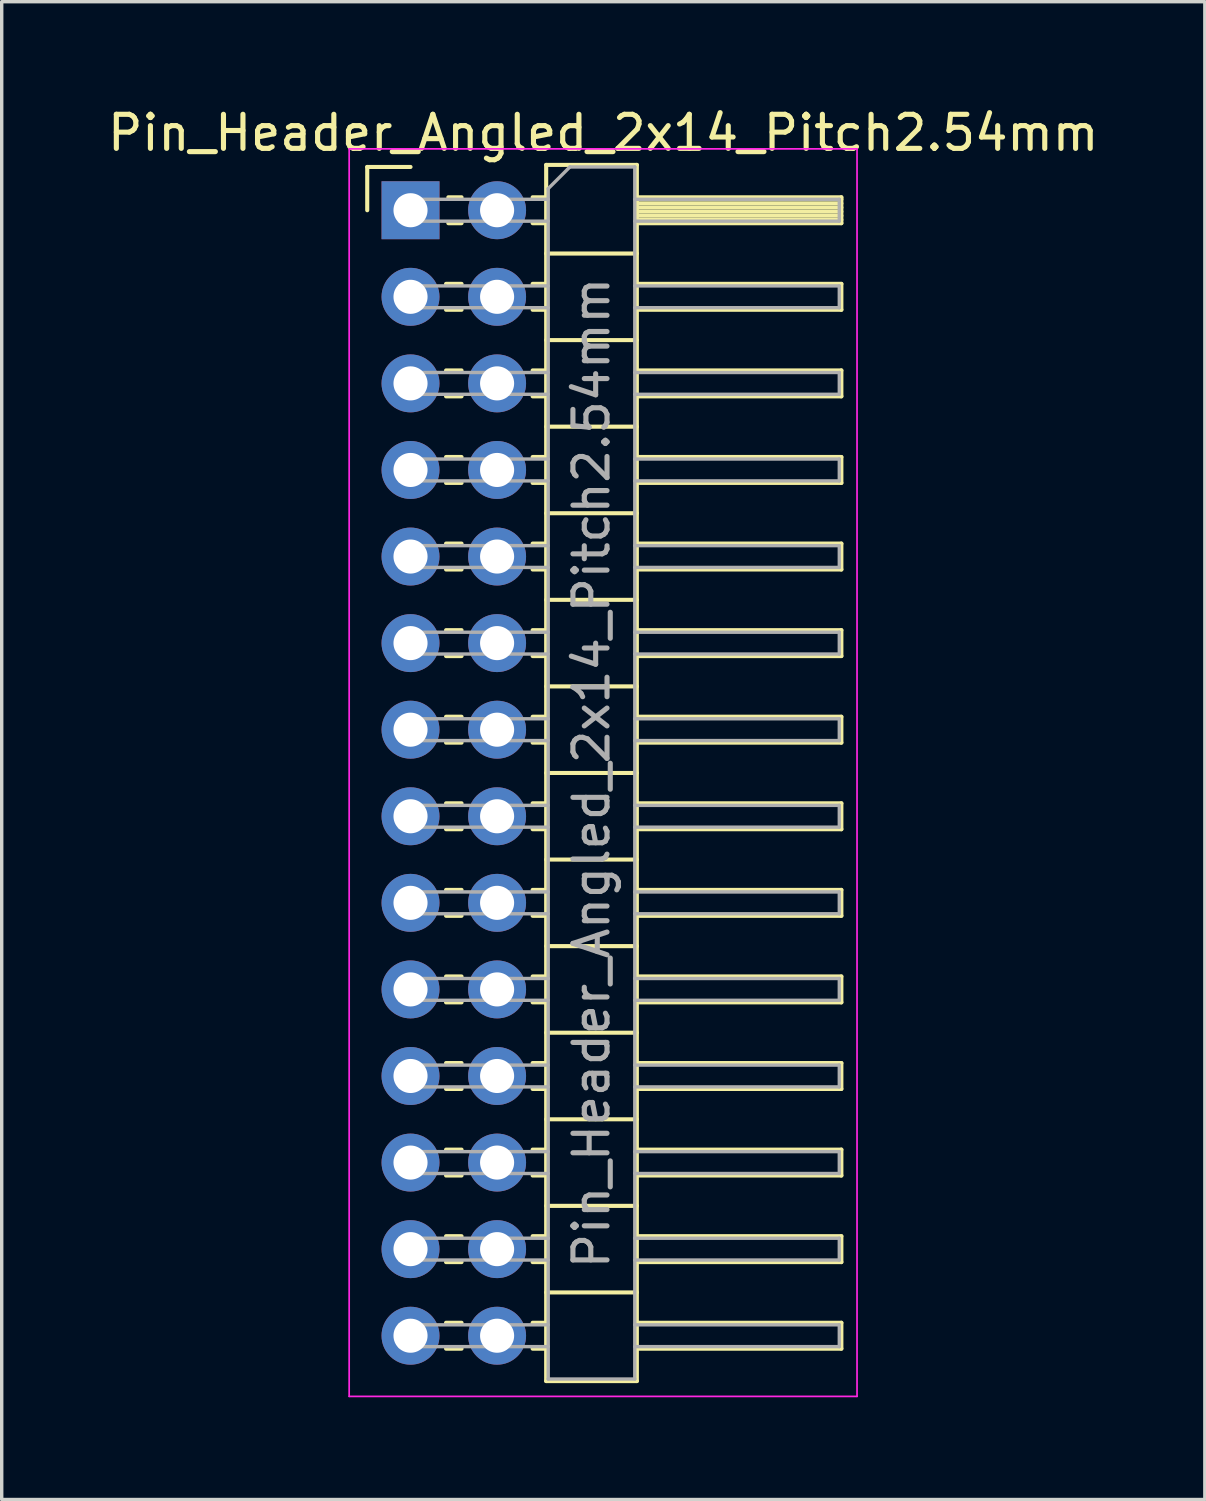
<source format=kicad_pcb>
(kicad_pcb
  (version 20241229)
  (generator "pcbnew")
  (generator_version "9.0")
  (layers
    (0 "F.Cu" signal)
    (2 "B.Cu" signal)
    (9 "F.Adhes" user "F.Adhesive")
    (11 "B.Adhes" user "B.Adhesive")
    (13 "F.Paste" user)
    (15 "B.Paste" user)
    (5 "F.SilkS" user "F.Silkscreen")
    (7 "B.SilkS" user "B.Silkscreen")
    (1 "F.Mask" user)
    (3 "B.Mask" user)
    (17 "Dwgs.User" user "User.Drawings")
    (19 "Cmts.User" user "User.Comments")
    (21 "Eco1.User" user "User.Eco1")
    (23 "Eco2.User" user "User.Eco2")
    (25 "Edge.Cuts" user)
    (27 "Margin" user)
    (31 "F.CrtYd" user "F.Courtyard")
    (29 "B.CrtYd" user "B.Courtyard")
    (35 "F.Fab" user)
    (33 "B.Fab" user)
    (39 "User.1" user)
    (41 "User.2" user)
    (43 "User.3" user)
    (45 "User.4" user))
  (footprint "Pin_Header_Angled_2x14_Pitch2.54mm"
    (layer "F.Cu")
    (at 8.994 3.118)
    (property "Reference" "Pin_Header_Angled_2x14_Pitch2.54mm" (at 5.655 -2.27 0) (layer "F.SilkS") (effects (font (size 1 1) (thickness 0.15))))
    (attr through_hole)
    (fp_line (start -1.27 -1.27) (end 0 -1.27) (stroke (width 0.12) (type solid)) (layer "F.SilkS"))
    (fp_line (start -1.27 0) (end -1.27 -1.27) (stroke (width 0.12) (type solid)) (layer "F.SilkS"))
    (fp_line (start 1.043 2.16) (end 1.497 2.16) (stroke (width 0.12) (type solid)) (layer "F.SilkS"))
    (fp_line (start 1.043 2.92) (end 1.497 2.92) (stroke (width 0.12) (type solid)) (layer "F.SilkS"))
    (fp_line (start 1.043 4.7) (end 1.497 4.7) (stroke (width 0.12) (type solid)) (layer "F.SilkS"))
    (fp_line (start 1.043 5.46) (end 1.497 5.46) (stroke (width 0.12) (type solid)) (layer "F.SilkS"))
    (fp_line (start 1.043 7.24) (end 1.497 7.24) (stroke (width 0.12) (type solid)) (layer "F.SilkS"))
    (fp_line (start 1.043 8) (end 1.497 8) (stroke (width 0.12) (type solid)) (layer "F.SilkS"))
    (fp_line (start 1.043 9.78) (end 1.497 9.78) (stroke (width 0.12) (type solid)) (layer "F.SilkS"))
    (fp_line (start 1.043 10.54) (end 1.497 10.54) (stroke (width 0.12) (type solid)) (layer "F.SilkS"))
    (fp_line (start 1.043 12.32) (end 1.497 12.32) (stroke (width 0.12) (type solid)) (layer "F.SilkS"))
    (fp_line (start 1.043 13.08) (end 1.497 13.08) (stroke (width 0.12) (type solid)) (layer "F.SilkS"))
    (fp_line (start 1.043 14.86) (end 1.497 14.86) (stroke (width 0.12) (type solid)) (layer "F.SilkS"))
    (fp_line (start 1.043 15.62) (end 1.497 15.62) (stroke (width 0.12) (type solid)) (layer "F.SilkS"))
    (fp_line (start 1.043 17.4) (end 1.497 17.4) (stroke (width 0.12) (type solid)) (layer "F.SilkS"))
    (fp_line (start 1.043 18.16) (end 1.497 18.16) (stroke (width 0.12) (type solid)) (layer "F.SilkS"))
    (fp_line (start 1.043 19.94) (end 1.497 19.94) (stroke (width 0.12) (type solid)) (layer "F.SilkS"))
    (fp_line (start 1.043 20.7) (end 1.497 20.7) (stroke (width 0.12) (type solid)) (layer "F.SilkS"))
    (fp_line (start 1.043 22.48) (end 1.497 22.48) (stroke (width 0.12) (type solid)) (layer "F.SilkS"))
    (fp_line (start 1.043 23.24) (end 1.497 23.24) (stroke (width 0.12) (type solid)) (layer "F.SilkS"))
    (fp_line (start 1.043 25.02) (end 1.497 25.02) (stroke (width 0.12) (type solid)) (layer "F.SilkS"))
    (fp_line (start 1.043 25.78) (end 1.497 25.78) (stroke (width 0.12) (type solid)) (layer "F.SilkS"))
    (fp_line (start 1.043 27.56) (end 1.497 27.56) (stroke (width 0.12) (type solid)) (layer "F.SilkS"))
    (fp_line (start 1.043 28.32) (end 1.497 28.32) (stroke (width 0.12) (type solid)) (layer "F.SilkS"))
    (fp_line (start 1.043 30.1) (end 1.497 30.1) (stroke (width 0.12) (type solid)) (layer "F.SilkS"))
    (fp_line (start 1.043 30.86) (end 1.497 30.86) (stroke (width 0.12) (type solid)) (layer "F.SilkS"))
    (fp_line (start 1.043 32.64) (end 1.497 32.64) (stroke (width 0.12) (type solid)) (layer "F.SilkS"))
    (fp_line (start 1.043 33.4) (end 1.497 33.4) (stroke (width 0.12) (type solid)) (layer "F.SilkS"))
    (fp_line (start 1.11 -0.38) (end 1.497 -0.38) (stroke (width 0.12) (type solid)) (layer "F.SilkS"))
    (fp_line (start 1.11 0.38) (end 1.497 0.38) (stroke (width 0.12) (type solid)) (layer "F.SilkS"))
    (fp_line (start 3.583 -0.38) (end 3.98 -0.38) (stroke (width 0.12) (type solid)) (layer "F.SilkS"))
    (fp_line (start 3.583 0.38) (end 3.98 0.38) (stroke (width 0.12) (type solid)) (layer "F.SilkS"))
    (fp_line (start 3.583 2.16) (end 3.98 2.16) (stroke (width 0.12) (type solid)) (layer "F.SilkS"))
    (fp_line (start 3.583 2.92) (end 3.98 2.92) (stroke (width 0.12) (type solid)) (layer "F.SilkS"))
    (fp_line (start 3.583 4.7) (end 3.98 4.7) (stroke (width 0.12) (type solid)) (layer "F.SilkS"))
    (fp_line (start 3.583 5.46) (end 3.98 5.46) (stroke (width 0.12) (type solid)) (layer "F.SilkS"))
    (fp_line (start 3.583 7.24) (end 3.98 7.24) (stroke (width 0.12) (type solid)) (layer "F.SilkS"))
    (fp_line (start 3.583 8) (end 3.98 8) (stroke (width 0.12) (type solid)) (layer "F.SilkS"))
    (fp_line (start 3.583 9.78) (end 3.98 9.78) (stroke (width 0.12) (type solid)) (layer "F.SilkS"))
    (fp_line (start 3.583 10.54) (end 3.98 10.54) (stroke (width 0.12) (type solid)) (layer "F.SilkS"))
    (fp_line (start 3.583 12.32) (end 3.98 12.32) (stroke (width 0.12) (type solid)) (layer "F.SilkS"))
    (fp_line (start 3.583 13.08) (end 3.98 13.08) (stroke (width 0.12) (type solid)) (layer "F.SilkS"))
    (fp_line (start 3.583 14.86) (end 3.98 14.86) (stroke (width 0.12) (type solid)) (layer "F.SilkS"))
    (fp_line (start 3.583 15.62) (end 3.98 15.62) (stroke (width 0.12) (type solid)) (layer "F.SilkS"))
    (fp_line (start 3.583 17.4) (end 3.98 17.4) (stroke (width 0.12) (type solid)) (layer "F.SilkS"))
    (fp_line (start 3.583 18.16) (end 3.98 18.16) (stroke (width 0.12) (type solid)) (layer "F.SilkS"))
    (fp_line (start 3.583 19.94) (end 3.98 19.94) (stroke (width 0.12) (type solid)) (layer "F.SilkS"))
    (fp_line (start 3.583 20.7) (end 3.98 20.7) (stroke (width 0.12) (type solid)) (layer "F.SilkS"))
    (fp_line (start 3.583 22.48) (end 3.98 22.48) (stroke (width 0.12) (type solid)) (layer "F.SilkS"))
    (fp_line (start 3.583 23.24) (end 3.98 23.24) (stroke (width 0.12) (type solid)) (layer "F.SilkS"))
    (fp_line (start 3.583 25.02) (end 3.98 25.02) (stroke (width 0.12) (type solid)) (layer "F.SilkS"))
    (fp_line (start 3.583 25.78) (end 3.98 25.78) (stroke (width 0.12) (type solid)) (layer "F.SilkS"))
    (fp_line (start 3.583 27.56) (end 3.98 27.56) (stroke (width 0.12) (type solid)) (layer "F.SilkS"))
    (fp_line (start 3.583 28.32) (end 3.98 28.32) (stroke (width 0.12) (type solid)) (layer "F.SilkS"))
    (fp_line (start 3.583 30.1) (end 3.98 30.1) (stroke (width 0.12) (type solid)) (layer "F.SilkS"))
    (fp_line (start 3.583 30.86) (end 3.98 30.86) (stroke (width 0.12) (type solid)) (layer "F.SilkS"))
    (fp_line (start 3.583 32.64) (end 3.98 32.64) (stroke (width 0.12) (type solid)) (layer "F.SilkS"))
    (fp_line (start 3.583 33.4) (end 3.98 33.4) (stroke (width 0.12) (type solid)) (layer "F.SilkS"))
    (fp_line (start 3.98 -1.33) (end 3.98 34.35) (stroke (width 0.12) (type solid)) (layer "F.SilkS"))
    (fp_line (start 3.98 1.27) (end 6.64 1.27) (stroke (width 0.12) (type solid)) (layer "F.SilkS"))
    (fp_line (start 3.98 3.81) (end 6.64 3.81) (stroke (width 0.12) (type solid)) (layer "F.SilkS"))
    (fp_line (start 3.98 6.35) (end 6.64 6.35) (stroke (width 0.12) (type solid)) (layer "F.SilkS"))
    (fp_line (start 3.98 8.89) (end 6.64 8.89) (stroke (width 0.12) (type solid)) (layer "F.SilkS"))
    (fp_line (start 3.98 11.43) (end 6.64 11.43) (stroke (width 0.12) (type solid)) (layer "F.SilkS"))
    (fp_line (start 3.98 13.97) (end 6.64 13.97) (stroke (width 0.12) (type solid)) (layer "F.SilkS"))
    (fp_line (start 3.98 16.51) (end 6.64 16.51) (stroke (width 0.12) (type solid)) (layer "F.SilkS"))
    (fp_line (start 3.98 19.05) (end 6.64 19.05) (stroke (width 0.12) (type solid)) (layer "F.SilkS"))
    (fp_line (start 3.98 21.59) (end 6.64 21.59) (stroke (width 0.12) (type solid)) (layer "F.SilkS"))
    (fp_line (start 3.98 24.13) (end 6.64 24.13) (stroke (width 0.12) (type solid)) (layer "F.SilkS"))
    (fp_line (start 3.98 26.67) (end 6.64 26.67) (stroke (width 0.12) (type solid)) (layer "F.SilkS"))
    (fp_line (start 3.98 29.21) (end 6.64 29.21) (stroke (width 0.12) (type solid)) (layer "F.SilkS"))
    (fp_line (start 3.98 31.75) (end 6.64 31.75) (stroke (width 0.12) (type solid)) (layer "F.SilkS"))
    (fp_line (start 3.98 34.35) (end 6.64 34.35) (stroke (width 0.12) (type solid)) (layer "F.SilkS"))
    (fp_line (start 6.64 -1.33) (end 3.98 -1.33) (stroke (width 0.12) (type solid)) (layer "F.SilkS"))
    (fp_line (start 6.64 -0.38) (end 12.64 -0.38) (stroke (width 0.12) (type solid)) (layer "F.SilkS"))
    (fp_line (start 6.64 -0.32) (end 12.64 -0.32) (stroke (width 0.12) (type solid)) (layer "F.SilkS"))
    (fp_line (start 6.64 -0.2) (end 12.64 -0.2) (stroke (width 0.12) (type solid)) (layer "F.SilkS"))
    (fp_line (start 6.64 -0.08) (end 12.64 -0.08) (stroke (width 0.12) (type solid)) (layer "F.SilkS"))
    (fp_line (start 6.64 0.04) (end 12.64 0.04) (stroke (width 0.12) (type solid)) (layer "F.SilkS"))
    (fp_line (start 6.64 0.16) (end 12.64 0.16) (stroke (width 0.12) (type solid)) (layer "F.SilkS"))
    (fp_line (start 6.64 0.28) (end 12.64 0.28) (stroke (width 0.12) (type solid)) (layer "F.SilkS"))
    (fp_line (start 6.64 2.16) (end 12.64 2.16) (stroke (width 0.12) (type solid)) (layer "F.SilkS"))
    (fp_line (start 6.64 4.7) (end 12.64 4.7) (stroke (width 0.12) (type solid)) (layer "F.SilkS"))
    (fp_line (start 6.64 7.24) (end 12.64 7.24) (stroke (width 0.12) (type solid)) (layer "F.SilkS"))
    (fp_line (start 6.64 9.78) (end 12.64 9.78) (stroke (width 0.12) (type solid)) (layer "F.SilkS"))
    (fp_line (start 6.64 12.32) (end 12.64 12.32) (stroke (width 0.12) (type solid)) (layer "F.SilkS"))
    (fp_line (start 6.64 14.86) (end 12.64 14.86) (stroke (width 0.12) (type solid)) (layer "F.SilkS"))
    (fp_line (start 6.64 17.4) (end 12.64 17.4) (stroke (width 0.12) (type solid)) (layer "F.SilkS"))
    (fp_line (start 6.64 19.94) (end 12.64 19.94) (stroke (width 0.12) (type solid)) (layer "F.SilkS"))
    (fp_line (start 6.64 22.48) (end 12.64 22.48) (stroke (width 0.12) (type solid)) (layer "F.SilkS"))
    (fp_line (start 6.64 25.02) (end 12.64 25.02) (stroke (width 0.12) (type solid)) (layer "F.SilkS"))
    (fp_line (start 6.64 27.56) (end 12.64 27.56) (stroke (width 0.12) (type solid)) (layer "F.SilkS"))
    (fp_line (start 6.64 30.1) (end 12.64 30.1) (stroke (width 0.12) (type solid)) (layer "F.SilkS"))
    (fp_line (start 6.64 32.64) (end 12.64 32.64) (stroke (width 0.12) (type solid)) (layer "F.SilkS"))
    (fp_line (start 6.64 34.35) (end 6.64 -1.33) (stroke (width 0.12) (type solid)) (layer "F.SilkS"))
    (fp_line (start 12.64 -0.38) (end 12.64 0.38) (stroke (width 0.12) (type solid)) (layer "F.SilkS"))
    (fp_line (start 12.64 0.38) (end 6.64 0.38) (stroke (width 0.12) (type solid)) (layer "F.SilkS"))
    (fp_line (start 12.64 2.16) (end 12.64 2.92) (stroke (width 0.12) (type solid)) (layer "F.SilkS"))
    (fp_line (start 12.64 2.92) (end 6.64 2.92) (stroke (width 0.12) (type solid)) (layer "F.SilkS"))
    (fp_line (start 12.64 4.7) (end 12.64 5.46) (stroke (width 0.12) (type solid)) (layer "F.SilkS"))
    (fp_line (start 12.64 5.46) (end 6.64 5.46) (stroke (width 0.12) (type solid)) (layer "F.SilkS"))
    (fp_line (start 12.64 7.24) (end 12.64 8) (stroke (width 0.12) (type solid)) (layer "F.SilkS"))
    (fp_line (start 12.64 8) (end 6.64 8) (stroke (width 0.12) (type solid)) (layer "F.SilkS"))
    (fp_line (start 12.64 9.78) (end 12.64 10.54) (stroke (width 0.12) (type solid)) (layer "F.SilkS"))
    (fp_line (start 12.64 10.54) (end 6.64 10.54) (stroke (width 0.12) (type solid)) (layer "F.SilkS"))
    (fp_line (start 12.64 12.32) (end 12.64 13.08) (stroke (width 0.12) (type solid)) (layer "F.SilkS"))
    (fp_line (start 12.64 13.08) (end 6.64 13.08) (stroke (width 0.12) (type solid)) (layer "F.SilkS"))
    (fp_line (start 12.64 14.86) (end 12.64 15.62) (stroke (width 0.12) (type solid)) (layer "F.SilkS"))
    (fp_line (start 12.64 15.62) (end 6.64 15.62) (stroke (width 0.12) (type solid)) (layer "F.SilkS"))
    (fp_line (start 12.64 17.4) (end 12.64 18.16) (stroke (width 0.12) (type solid)) (layer "F.SilkS"))
    (fp_line (start 12.64 18.16) (end 6.64 18.16) (stroke (width 0.12) (type solid)) (layer "F.SilkS"))
    (fp_line (start 12.64 19.94) (end 12.64 20.7) (stroke (width 0.12) (type solid)) (layer "F.SilkS"))
    (fp_line (start 12.64 20.7) (end 6.64 20.7) (stroke (width 0.12) (type solid)) (layer "F.SilkS"))
    (fp_line (start 12.64 22.48) (end 12.64 23.24) (stroke (width 0.12) (type solid)) (layer "F.SilkS"))
    (fp_line (start 12.64 23.24) (end 6.64 23.24) (stroke (width 0.12) (type solid)) (layer "F.SilkS"))
    (fp_line (start 12.64 25.02) (end 12.64 25.78) (stroke (width 0.12) (type solid)) (layer "F.SilkS"))
    (fp_line (start 12.64 25.78) (end 6.64 25.78) (stroke (width 0.12) (type solid)) (layer "F.SilkS"))
    (fp_line (start 12.64 27.56) (end 12.64 28.32) (stroke (width 0.12) (type solid)) (layer "F.SilkS"))
    (fp_line (start 12.64 28.32) (end 6.64 28.32) (stroke (width 0.12) (type solid)) (layer "F.SilkS"))
    (fp_line (start 12.64 30.1) (end 12.64 30.86) (stroke (width 0.12) (type solid)) (layer "F.SilkS"))
    (fp_line (start 12.64 30.86) (end 6.64 30.86) (stroke (width 0.12) (type solid)) (layer "F.SilkS"))
    (fp_line (start 12.64 32.64) (end 12.64 33.4) (stroke (width 0.12) (type solid)) (layer "F.SilkS"))
    (fp_line (start 12.64 33.4) (end 6.64 33.4) (stroke (width 0.12) (type solid)) (layer "F.SilkS"))
    (fp_line (start -1.8 -1.8) (end -1.8 34.8) (stroke (width 0.05) (type solid)) (layer "F.CrtYd"))
    (fp_line (start -1.8 34.8) (end 13.1 34.8) (stroke (width 0.05) (type solid)) (layer "F.CrtYd"))
    (fp_line (start 13.1 -1.8) (end -1.8 -1.8) (stroke (width 0.05) (type solid)) (layer "F.CrtYd"))
    (fp_line (start 13.1 34.8) (end 13.1 -1.8) (stroke (width 0.05) (type solid)) (layer "F.CrtYd"))
    (fp_line (start -0.32 -0.32) (end -0.32 0.32) (stroke (width 0.1) (type solid)) (layer "F.Fab"))
    (fp_line (start -0.32 -0.32) (end 4.04 -0.32) (stroke (width 0.1) (type solid)) (layer "F.Fab"))
    (fp_line (start -0.32 0.32) (end 4.04 0.32) (stroke (width 0.1) (type solid)) (layer "F.Fab"))
    (fp_line (start -0.32 2.22) (end -0.32 2.86) (stroke (width 0.1) (type solid)) (layer "F.Fab"))
    (fp_line (start -0.32 2.22) (end 4.04 2.22) (stroke (width 0.1) (type solid)) (layer "F.Fab"))
    (fp_line (start -0.32 2.86) (end 4.04 2.86) (stroke (width 0.1) (type solid)) (layer "F.Fab"))
    (fp_line (start -0.32 4.76) (end -0.32 5.4) (stroke (width 0.1) (type solid)) (layer "F.Fab"))
    (fp_line (start -0.32 4.76) (end 4.04 4.76) (stroke (width 0.1) (type solid)) (layer "F.Fab"))
    (fp_line (start -0.32 5.4) (end 4.04 5.4) (stroke (width 0.1) (type solid)) (layer "F.Fab"))
    (fp_line (start -0.32 7.3) (end -0.32 7.94) (stroke (width 0.1) (type solid)) (layer "F.Fab"))
    (fp_line (start -0.32 7.3) (end 4.04 7.3) (stroke (width 0.1) (type solid)) (layer "F.Fab"))
    (fp_line (start -0.32 7.94) (end 4.04 7.94) (stroke (width 0.1) (type solid)) (layer "F.Fab"))
    (fp_line (start -0.32 9.84) (end -0.32 10.48) (stroke (width 0.1) (type solid)) (layer "F.Fab"))
    (fp_line (start -0.32 9.84) (end 4.04 9.84) (stroke (width 0.1) (type solid)) (layer "F.Fab"))
    (fp_line (start -0.32 10.48) (end 4.04 10.48) (stroke (width 0.1) (type solid)) (layer "F.Fab"))
    (fp_line (start -0.32 12.38) (end -0.32 13.02) (stroke (width 0.1) (type solid)) (layer "F.Fab"))
    (fp_line (start -0.32 12.38) (end 4.04 12.38) (stroke (width 0.1) (type solid)) (layer "F.Fab"))
    (fp_line (start -0.32 13.02) (end 4.04 13.02) (stroke (width 0.1) (type solid)) (layer "F.Fab"))
    (fp_line (start -0.32 14.92) (end -0.32 15.56) (stroke (width 0.1) (type solid)) (layer "F.Fab"))
    (fp_line (start -0.32 14.92) (end 4.04 14.92) (stroke (width 0.1) (type solid)) (layer "F.Fab"))
    (fp_line (start -0.32 15.56) (end 4.04 15.56) (stroke (width 0.1) (type solid)) (layer "F.Fab"))
    (fp_line (start -0.32 17.46) (end -0.32 18.1) (stroke (width 0.1) (type solid)) (layer "F.Fab"))
    (fp_line (start -0.32 17.46) (end 4.04 17.46) (stroke (width 0.1) (type solid)) (layer "F.Fab"))
    (fp_line (start -0.32 18.1) (end 4.04 18.1) (stroke (width 0.1) (type solid)) (layer "F.Fab"))
    (fp_line (start -0.32 20) (end -0.32 20.64) (stroke (width 0.1) (type solid)) (layer "F.Fab"))
    (fp_line (start -0.32 20) (end 4.04 20) (stroke (width 0.1) (type solid)) (layer "F.Fab"))
    (fp_line (start -0.32 20.64) (end 4.04 20.64) (stroke (width 0.1) (type solid)) (layer "F.Fab"))
    (fp_line (start -0.32 22.54) (end -0.32 23.18) (stroke (width 0.1) (type solid)) (layer "F.Fab"))
    (fp_line (start -0.32 22.54) (end 4.04 22.54) (stroke (width 0.1) (type solid)) (layer "F.Fab"))
    (fp_line (start -0.32 23.18) (end 4.04 23.18) (stroke (width 0.1) (type solid)) (layer "F.Fab"))
    (fp_line (start -0.32 25.08) (end -0.32 25.72) (stroke (width 0.1) (type solid)) (layer "F.Fab"))
    (fp_line (start -0.32 25.08) (end 4.04 25.08) (stroke (width 0.1) (type solid)) (layer "F.Fab"))
    (fp_line (start -0.32 25.72) (end 4.04 25.72) (stroke (width 0.1) (type solid)) (layer "F.Fab"))
    (fp_line (start -0.32 27.62) (end -0.32 28.26) (stroke (width 0.1) (type solid)) (layer "F.Fab"))
    (fp_line (start -0.32 27.62) (end 4.04 27.62) (stroke (width 0.1) (type solid)) (layer "F.Fab"))
    (fp_line (start -0.32 28.26) (end 4.04 28.26) (stroke (width 0.1) (type solid)) (layer "F.Fab"))
    (fp_line (start -0.32 30.16) (end -0.32 30.8) (stroke (width 0.1) (type solid)) (layer "F.Fab"))
    (fp_line (start -0.32 30.16) (end 4.04 30.16) (stroke (width 0.1) (type solid)) (layer "F.Fab"))
    (fp_line (start -0.32 30.8) (end 4.04 30.8) (stroke (width 0.1) (type solid)) (layer "F.Fab"))
    (fp_line (start -0.32 32.7) (end -0.32 33.34) (stroke (width 0.1) (type solid)) (layer "F.Fab"))
    (fp_line (start -0.32 32.7) (end 4.04 32.7) (stroke (width 0.1) (type solid)) (layer "F.Fab"))
    (fp_line (start -0.32 33.34) (end 4.04 33.34) (stroke (width 0.1) (type solid)) (layer "F.Fab"))
    (fp_line (start 4.04 -0.635) (end 4.675 -1.27) (stroke (width 0.1) (type solid)) (layer "F.Fab"))
    (fp_line (start 4.04 34.29) (end 4.04 -0.635) (stroke (width 0.1) (type solid)) (layer "F.Fab"))
    (fp_line (start 4.675 -1.27) (end 6.58 -1.27) (stroke (width 0.1) (type solid)) (layer "F.Fab"))
    (fp_line (start 6.58 -1.27) (end 6.58 34.29) (stroke (width 0.1) (type solid)) (layer "F.Fab"))
    (fp_line (start 6.58 -0.32) (end 12.58 -0.32) (stroke (width 0.1) (type solid)) (layer "F.Fab"))
    (fp_line (start 6.58 0.32) (end 12.58 0.32) (stroke (width 0.1) (type solid)) (layer "F.Fab"))
    (fp_line (start 6.58 2.22) (end 12.58 2.22) (stroke (width 0.1) (type solid)) (layer "F.Fab"))
    (fp_line (start 6.58 2.86) (end 12.58 2.86) (stroke (width 0.1) (type solid)) (layer "F.Fab"))
    (fp_line (start 6.58 4.76) (end 12.58 4.76) (stroke (width 0.1) (type solid)) (layer "F.Fab"))
    (fp_line (start 6.58 5.4) (end 12.58 5.4) (stroke (width 0.1) (type solid)) (layer "F.Fab"))
    (fp_line (start 6.58 7.3) (end 12.58 7.3) (stroke (width 0.1) (type solid)) (layer "F.Fab"))
    (fp_line (start 6.58 7.94) (end 12.58 7.94) (stroke (width 0.1) (type solid)) (layer "F.Fab"))
    (fp_line (start 6.58 9.84) (end 12.58 9.84) (stroke (width 0.1) (type solid)) (layer "F.Fab"))
    (fp_line (start 6.58 10.48) (end 12.58 10.48) (stroke (width 0.1) (type solid)) (layer "F.Fab"))
    (fp_line (start 6.58 12.38) (end 12.58 12.38) (stroke (width 0.1) (type solid)) (layer "F.Fab"))
    (fp_line (start 6.58 13.02) (end 12.58 13.02) (stroke (width 0.1) (type solid)) (layer "F.Fab"))
    (fp_line (start 6.58 14.92) (end 12.58 14.92) (stroke (width 0.1) (type solid)) (layer "F.Fab"))
    (fp_line (start 6.58 15.56) (end 12.58 15.56) (stroke (width 0.1) (type solid)) (layer "F.Fab"))
    (fp_line (start 6.58 17.46) (end 12.58 17.46) (stroke (width 0.1) (type solid)) (layer "F.Fab"))
    (fp_line (start 6.58 18.1) (end 12.58 18.1) (stroke (width 0.1) (type solid)) (layer "F.Fab"))
    (fp_line (start 6.58 20) (end 12.58 20) (stroke (width 0.1) (type solid)) (layer "F.Fab"))
    (fp_line (start 6.58 20.64) (end 12.58 20.64) (stroke (width 0.1) (type solid)) (layer "F.Fab"))
    (fp_line (start 6.58 22.54) (end 12.58 22.54) (stroke (width 0.1) (type solid)) (layer "F.Fab"))
    (fp_line (start 6.58 23.18) (end 12.58 23.18) (stroke (width 0.1) (type solid)) (layer "F.Fab"))
    (fp_line (start 6.58 25.08) (end 12.58 25.08) (stroke (width 0.1) (type solid)) (layer "F.Fab"))
    (fp_line (start 6.58 25.72) (end 12.58 25.72) (stroke (width 0.1) (type solid)) (layer "F.Fab"))
    (fp_line (start 6.58 27.62) (end 12.58 27.62) (stroke (width 0.1) (type solid)) (layer "F.Fab"))
    (fp_line (start 6.58 28.26) (end 12.58 28.26) (stroke (width 0.1) (type solid)) (layer "F.Fab"))
    (fp_line (start 6.58 30.16) (end 12.58 30.16) (stroke (width 0.1) (type solid)) (layer "F.Fab"))
    (fp_line (start 6.58 30.8) (end 12.58 30.8) (stroke (width 0.1) (type solid)) (layer "F.Fab"))
    (fp_line (start 6.58 32.7) (end 12.58 32.7) (stroke (width 0.1) (type solid)) (layer "F.Fab"))
    (fp_line (start 6.58 33.34) (end 12.58 33.34) (stroke (width 0.1) (type solid)) (layer "F.Fab"))
    (fp_line (start 6.58 34.29) (end 4.04 34.29) (stroke (width 0.1) (type solid)) (layer "F.Fab"))
    (fp_line (start 12.58 -0.32) (end 12.58 0.32) (stroke (width 0.1) (type solid)) (layer "F.Fab"))
    (fp_line (start 12.58 2.22) (end 12.58 2.86) (stroke (width 0.1) (type solid)) (layer "F.Fab"))
    (fp_line (start 12.58 4.76) (end 12.58 5.4) (stroke (width 0.1) (type solid)) (layer "F.Fab"))
    (fp_line (start 12.58 7.3) (end 12.58 7.94) (stroke (width 0.1) (type solid)) (layer "F.Fab"))
    (fp_line (start 12.58 9.84) (end 12.58 10.48) (stroke (width 0.1) (type solid)) (layer "F.Fab"))
    (fp_line (start 12.58 12.38) (end 12.58 13.02) (stroke (width 0.1) (type solid)) (layer "F.Fab"))
    (fp_line (start 12.58 14.92) (end 12.58 15.56) (stroke (width 0.1) (type solid)) (layer "F.Fab"))
    (fp_line (start 12.58 17.46) (end 12.58 18.1) (stroke (width 0.1) (type solid)) (layer "F.Fab"))
    (fp_line (start 12.58 20) (end 12.58 20.64) (stroke (width 0.1) (type solid)) (layer "F.Fab"))
    (fp_line (start 12.58 22.54) (end 12.58 23.18) (stroke (width 0.1) (type solid)) (layer "F.Fab"))
    (fp_line (start 12.58 25.08) (end 12.58 25.72) (stroke (width 0.1) (type solid)) (layer "F.Fab"))
    (fp_line (start 12.58 27.62) (end 12.58 28.26) (stroke (width 0.1) (type solid)) (layer "F.Fab"))
    (fp_line (start 12.58 30.16) (end 12.58 30.8) (stroke (width 0.1) (type solid)) (layer "F.Fab"))
    (fp_line (start 12.58 32.7) (end 12.58 33.34) (stroke (width 0.1) (type solid)) (layer "F.Fab"))
    (fp_text user "${REFERENCE}" (at 5.31 16.51 90) (layer "F.Fab") (effects (font (size 1 1) (thickness 0.15))))
    (pad "1" thru_hole rect (at 0 0) (size 1.7 1.7) (drill 1) (layers "*.Cu" "*.Mask"))
    (pad "2" thru_hole oval (at 2.54 0) (size 1.7 1.7) (drill 1) (layers "*.Cu" "*.Mask"))
    (pad "3" thru_hole oval (at 0 2.54) (size 1.7 1.7) (drill 1) (layers "*.Cu" "*.Mask"))
    (pad "4" thru_hole oval (at 2.54 2.54) (size 1.7 1.7) (drill 1) (layers "*.Cu" "*.Mask"))
    (pad "5" thru_hole oval (at 0 5.08) (size 1.7 1.7) (drill 1) (layers "*.Cu" "*.Mask"))
    (pad "6" thru_hole oval (at 2.54 5.08) (size 1.7 1.7) (drill 1) (layers "*.Cu" "*.Mask"))
    (pad "7" thru_hole oval (at 0 7.62) (size 1.7 1.7) (drill 1) (layers "*.Cu" "*.Mask"))
    (pad "8" thru_hole oval (at 2.54 7.62) (size 1.7 1.7) (drill 1) (layers "*.Cu" "*.Mask"))
    (pad "9" thru_hole oval (at 0 10.16) (size 1.7 1.7) (drill 1) (layers "*.Cu" "*.Mask"))
    (pad "10" thru_hole oval (at 2.54 10.16) (size 1.7 1.7) (drill 1) (layers "*.Cu" "*.Mask"))
    (pad "11" thru_hole oval (at 0 12.7) (size 1.7 1.7) (drill 1) (layers "*.Cu" "*.Mask"))
    (pad "12" thru_hole oval (at 2.54 12.7) (size 1.7 1.7) (drill 1) (layers "*.Cu" "*.Mask"))
    (pad "13" thru_hole oval (at 0 15.24) (size 1.7 1.7) (drill 1) (layers "*.Cu" "*.Mask"))
    (pad "14" thru_hole oval (at 2.54 15.24) (size 1.7 1.7) (drill 1) (layers "*.Cu" "*.Mask"))
    (pad "15" thru_hole oval (at 0 17.78) (size 1.7 1.7) (drill 1) (layers "*.Cu" "*.Mask"))
    (pad "16" thru_hole oval (at 2.54 17.78) (size 1.7 1.7) (drill 1) (layers "*.Cu" "*.Mask"))
    (pad "17" thru_hole oval (at 0 20.32) (size 1.7 1.7) (drill 1) (layers "*.Cu" "*.Mask"))
    (pad "18" thru_hole oval (at 2.54 20.32) (size 1.7 1.7) (drill 1) (layers "*.Cu" "*.Mask"))
    (pad "19" thru_hole oval (at 0 22.86) (size 1.7 1.7) (drill 1) (layers "*.Cu" "*.Mask"))
    (pad "20" thru_hole oval (at 2.54 22.86) (size 1.7 1.7) (drill 1) (layers "*.Cu" "*.Mask"))
    (pad "21" thru_hole oval (at 0 25.4) (size 1.7 1.7) (drill 1) (layers "*.Cu" "*.Mask"))
    (pad "22" thru_hole oval (at 2.54 25.4) (size 1.7 1.7) (drill 1) (layers "*.Cu" "*.Mask"))
    (pad "23" thru_hole oval (at 0 27.94) (size 1.7 1.7) (drill 1) (layers "*.Cu" "*.Mask"))
    (pad "24" thru_hole oval (at 2.54 27.94) (size 1.7 1.7) (drill 1) (layers "*.Cu" "*.Mask"))
    (pad "25" thru_hole oval (at 0 30.48) (size 1.7 1.7) (drill 1) (layers "*.Cu" "*.Mask"))
    (pad "26" thru_hole oval (at 2.54 30.48) (size 1.7 1.7) (drill 1) (layers "*.Cu" "*.Mask"))
    (pad "27" thru_hole oval (at 0 33.02) (size 1.7 1.7) (drill 1) (layers "*.Cu" "*.Mask"))
    (pad "28" thru_hole oval (at 2.54 33.02) (size 1.7 1.7) (drill 1) (layers "*.Cu" "*.Mask")))
  (gr_rect
    (start -3 -3)
    (end 32.298 40.943)
    (stroke (width 0.1) (type default))
    (fill no)
    (layer "Edge.Cuts")))
</source>
